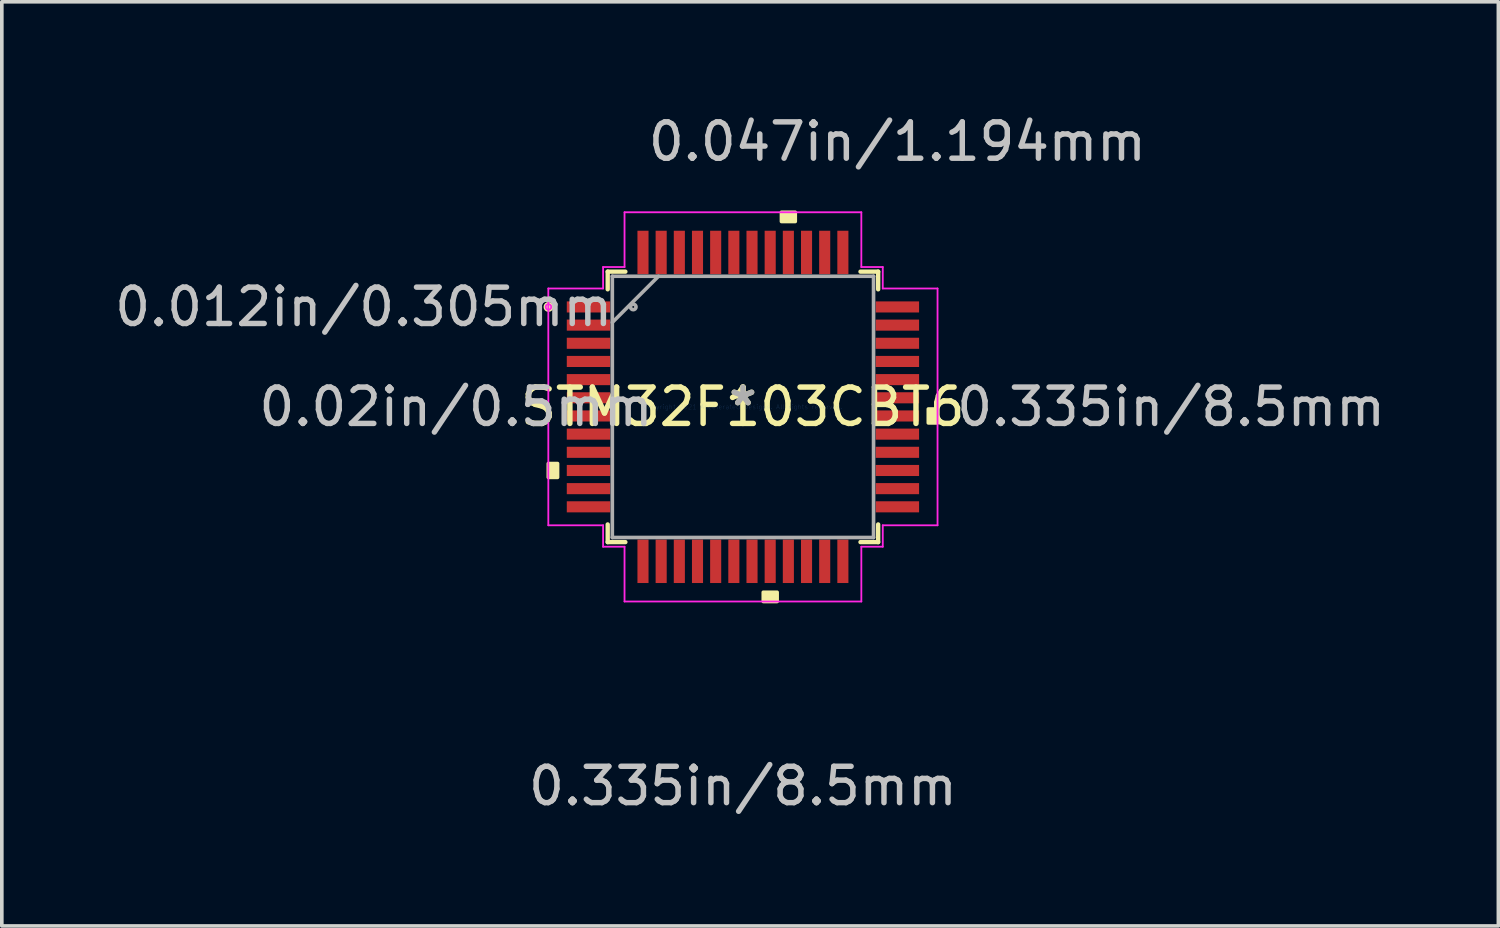
<source format=kicad_pcb>
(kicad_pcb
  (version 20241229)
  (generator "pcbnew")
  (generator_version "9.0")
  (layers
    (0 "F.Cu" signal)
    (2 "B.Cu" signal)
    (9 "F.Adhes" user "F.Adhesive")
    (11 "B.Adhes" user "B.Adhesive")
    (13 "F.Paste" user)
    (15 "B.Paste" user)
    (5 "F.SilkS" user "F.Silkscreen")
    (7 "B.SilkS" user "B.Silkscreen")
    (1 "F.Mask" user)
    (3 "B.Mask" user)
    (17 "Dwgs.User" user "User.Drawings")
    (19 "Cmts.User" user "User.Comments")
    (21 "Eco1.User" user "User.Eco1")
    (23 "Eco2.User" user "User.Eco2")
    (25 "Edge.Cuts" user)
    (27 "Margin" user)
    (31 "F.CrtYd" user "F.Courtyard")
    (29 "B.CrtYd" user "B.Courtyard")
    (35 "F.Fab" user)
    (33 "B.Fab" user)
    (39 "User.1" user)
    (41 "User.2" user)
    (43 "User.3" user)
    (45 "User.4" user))
  (footprint "STM32F103CBT6"
    (layer "F.Cu")
    (at 17.393 8.146)
    (property "Reference" "STM32F103CBT6" (at 0 0 0) (layer "F.SilkS") (effects (font (size 1 1) (thickness 0.15))))
    (attr through_hole)
    (fp_line (start -3.721 -3.721) (end -3.721 -3.235) (stroke (width 0.12) (type solid)) (layer "F.SilkS"))
    (fp_line (start -3.721 3.235) (end -3.721 3.721) (stroke (width 0.12) (type solid)) (layer "F.SilkS"))
    (fp_line (start -3.721 3.721) (end -3.235 3.721) (stroke (width 0.12) (type solid)) (layer "F.SilkS"))
    (fp_line (start -3.235 -3.721) (end -3.721 -3.721) (stroke (width 0.12) (type solid)) (layer "F.SilkS"))
    (fp_line (start 3.235 3.721) (end 3.721 3.721) (stroke (width 0.12) (type solid)) (layer "F.SilkS"))
    (fp_line (start 3.721 -3.721) (end 3.235 -3.721) (stroke (width 0.12) (type solid)) (layer "F.SilkS"))
    (fp_line (start 3.721 -3.235) (end 3.721 -3.721) (stroke (width 0.12) (type solid)) (layer "F.SilkS"))
    (fp_line (start 3.721 3.721) (end 3.721 3.235) (stroke (width 0.12) (type solid)) (layer "F.SilkS"))
    (fp_circle (center -5.351 -2.75) (end -5.275 -2.75) (stroke (width 0.12) (type solid)) (fill no) (layer "F.SilkS"))
    (fp_poly (pts (xy -5.355 1.559) (xy -5.355 1.94) (xy -5.101 1.94) (xy -5.101 1.559)) (stroke (width 0.1) (type solid)) (fill yes) (layer "F.SilkS"))
    (fp_poly (pts (xy 0.56 5.101) (xy 0.56 5.355) (xy 0.941 5.355) (xy 0.941 5.101)) (stroke (width 0.1) (type solid)) (fill yes) (layer "F.SilkS"))
    (fp_poly (pts (xy 1.06 -5.101) (xy 1.06 -5.355) (xy 1.44 -5.355) (xy 1.44 -5.101)) (stroke (width 0.1) (type solid)) (fill yes) (layer "F.SilkS"))
    (fp_poly (pts (xy 5.355 0.059) (xy 5.355 0.441) (xy 5.101 0.441) (xy 5.101 0.059)) (stroke (width 0.1) (type solid)) (fill yes) (layer "F.SilkS"))
    (fp_line (start -5.355 -3.258) (end -3.848 -3.258) (stroke (width 0.05) (type solid)) (layer "F.CrtYd"))
    (fp_line (start -5.355 3.258) (end -5.355 -3.258) (stroke (width 0.05) (type solid)) (layer "F.CrtYd"))
    (fp_line (start -3.848 -3.848) (end -3.258 -3.848) (stroke (width 0.05) (type solid)) (layer "F.CrtYd"))
    (fp_line (start -3.848 -3.258) (end -3.848 -3.848) (stroke (width 0.05) (type solid)) (layer "F.CrtYd"))
    (fp_line (start -3.848 3.258) (end -5.355 3.258) (stroke (width 0.05) (type solid)) (layer "F.CrtYd"))
    (fp_line (start -3.848 3.848) (end -3.848 3.258) (stroke (width 0.05) (type solid)) (layer "F.CrtYd"))
    (fp_line (start -3.258 -5.355) (end 3.258 -5.355) (stroke (width 0.05) (type solid)) (layer "F.CrtYd"))
    (fp_line (start -3.258 -3.848) (end -3.258 -5.355) (stroke (width 0.05) (type solid)) (layer "F.CrtYd"))
    (fp_line (start -3.258 3.848) (end -3.848 3.848) (stroke (width 0.05) (type solid)) (layer "F.CrtYd"))
    (fp_line (start -3.258 5.355) (end -3.258 3.848) (stroke (width 0.05) (type solid)) (layer "F.CrtYd"))
    (fp_line (start 3.258 -5.355) (end 3.258 -3.848) (stroke (width 0.05) (type solid)) (layer "F.CrtYd"))
    (fp_line (start 3.258 -3.848) (end 3.848 -3.848) (stroke (width 0.05) (type solid)) (layer "F.CrtYd"))
    (fp_line (start 3.258 3.848) (end 3.258 5.355) (stroke (width 0.05) (type solid)) (layer "F.CrtYd"))
    (fp_line (start 3.258 5.355) (end -3.258 5.355) (stroke (width 0.05) (type solid)) (layer "F.CrtYd"))
    (fp_line (start 3.848 -3.848) (end 3.848 -3.258) (stroke (width 0.05) (type solid)) (layer "F.CrtYd"))
    (fp_line (start 3.848 -3.258) (end 5.355 -3.258) (stroke (width 0.05) (type solid)) (layer "F.CrtYd"))
    (fp_line (start 3.848 3.258) (end 3.848 3.848) (stroke (width 0.05) (type solid)) (layer "F.CrtYd"))
    (fp_line (start 3.848 3.848) (end 3.258 3.848) (stroke (width 0.05) (type solid)) (layer "F.CrtYd"))
    (fp_line (start 5.355 -3.258) (end 5.355 3.258) (stroke (width 0.05) (type solid)) (layer "F.CrtYd"))
    (fp_line (start 5.355 3.258) (end 3.848 3.258) (stroke (width 0.05) (type solid)) (layer "F.CrtYd"))
    (fp_circle (center -5.351 -2.75) (end -5.275 -2.75) (stroke (width 0.05) (type solid)) (fill no) (layer "F.CrtYd"))
    (fp_line (start -3.594 -3.594) (end -3.594 3.594) (stroke (width 0.1) (type solid)) (layer "F.Fab"))
    (fp_line (start -3.594 -2.324) (end -2.324 -3.594) (stroke (width 0.1) (type solid)) (layer "F.Fab"))
    (fp_line (start -3.594 3.594) (end 3.594 3.594) (stroke (width 0.1) (type solid)) (layer "F.Fab"))
    (fp_line (start 3.594 -3.594) (end -3.594 -3.594) (stroke (width 0.1) (type solid)) (layer "F.Fab"))
    (fp_line (start 3.594 3.594) (end 3.594 -3.594) (stroke (width 0.1) (type solid)) (layer "F.Fab"))
    (fp_circle (center -3.018 -2.75) (end -2.942 -2.75) (stroke (width 0.1) (type solid)) (fill no) (layer "F.Fab"))
    (fp_text user "*" (at 0 0 0) (layer "F.SilkS") (effects (font (size 1 1) (thickness 0.15))))
    (fp_text user "0.047in/1.194mm" (at 4.25 -7.298 0) (layer "Dwgs.User") (effects (font (size 1 1) (thickness 0.15))))
    (fp_text user "0.012in/0.305mm" (at -10.435 -2.75 0) (layer "Dwgs.User") (effects (font (size 1 1) (thickness 0.15))))
    (fp_text user "0.02in/0.5mm" (at -7.895 0 0) (layer "Dwgs.User") (effects (font (size 1 1) (thickness 0.15))))
    (fp_text user "0.335in/8.5mm" (at 11.781 0 0) (layer "Dwgs.User") (effects (font (size 1 1) (thickness 0.15))))
    (fp_text user "0.335in/8.5mm" (at 0 10.435 0) (layer "Dwgs.User") (effects (font (size 1 1) (thickness 0.15))))
    (fp_text user "Copyright 2021 Accelerated Designs. All rights reserved." (at 0 0 0) (layer "Cmts.User") (effects (font (size 0.127 0.127) (thickness 0.002))))
    (fp_text user "*" (at 0 0 0) (layer "F.Fab") (effects (font (size 1 1) (thickness 0.15))))
    (pad "1" smd rect (at -4.25 -2.75) (size 1.194 0.305) (layers "F.Cu" "F.Mask" "F.Paste"))
    (pad "2" smd rect (at -4.25 -2.25) (size 1.194 0.305) (layers "F.Cu" "F.Mask" "F.Paste"))
    (pad "3" smd rect (at -4.25 -1.75) (size 1.194 0.305) (layers "F.Cu" "F.Mask" "F.Paste"))
    (pad "4" smd rect (at -4.25 -1.25) (size 1.194 0.305) (layers "F.Cu" "F.Mask" "F.Paste"))
    (pad "5" smd rect (at -4.25 -0.75) (size 1.194 0.305) (layers "F.Cu" "F.Mask" "F.Paste"))
    (pad "6" smd rect (at -4.25 -0.25) (size 1.194 0.305) (layers "F.Cu" "F.Mask" "F.Paste"))
    (pad "7" smd rect (at -4.25 0.25) (size 1.194 0.305) (layers "F.Cu" "F.Mask" "F.Paste"))
    (pad "8" smd rect (at -4.25 0.75) (size 1.194 0.305) (layers "F.Cu" "F.Mask" "F.Paste"))
    (pad "9" smd rect (at -4.25 1.25) (size 1.194 0.305) (layers "F.Cu" "F.Mask" "F.Paste"))
    (pad "10" smd rect (at -4.25 1.75) (size 1.194 0.305) (layers "F.Cu" "F.Mask" "F.Paste"))
    (pad "11" smd rect (at -4.25 2.25) (size 1.194 0.305) (layers "F.Cu" "F.Mask" "F.Paste"))
    (pad "12" smd rect (at -4.25 2.75) (size 1.194 0.305) (layers "F.Cu" "F.Mask" "F.Paste"))
    (pad "13" smd rect (at -2.75 4.25 90) (size 1.194 0.305) (layers "F.Cu" "F.Mask" "F.Paste"))
    (pad "14" smd rect (at -2.25 4.25 90) (size 1.194 0.305) (layers "F.Cu" "F.Mask" "F.Paste"))
    (pad "15" smd rect (at -1.75 4.25 90) (size 1.194 0.305) (layers "F.Cu" "F.Mask" "F.Paste"))
    (pad "16" smd rect (at -1.25 4.25 90) (size 1.194 0.305) (layers "F.Cu" "F.Mask" "F.Paste"))
    (pad "17" smd rect (at -0.75 4.25 90) (size 1.194 0.305) (layers "F.Cu" "F.Mask" "F.Paste"))
    (pad "18" smd rect (at -0.25 4.25 90) (size 1.194 0.305) (layers "F.Cu" "F.Mask" "F.Paste"))
    (pad "19" smd rect (at 0.25 4.25 90) (size 1.194 0.305) (layers "F.Cu" "F.Mask" "F.Paste"))
    (pad "20" smd rect (at 0.75 4.25 90) (size 1.194 0.305) (layers "F.Cu" "F.Mask" "F.Paste"))
    (pad "21" smd rect (at 1.25 4.25 90) (size 1.194 0.305) (layers "F.Cu" "F.Mask" "F.Paste"))
    (pad "22" smd rect (at 1.75 4.25 90) (size 1.194 0.305) (layers "F.Cu" "F.Mask" "F.Paste"))
    (pad "23" smd rect (at 2.25 4.25 90) (size 1.194 0.305) (layers "F.Cu" "F.Mask" "F.Paste"))
    (pad "24" smd rect (at 2.75 4.25 90) (size 1.194 0.305) (layers "F.Cu" "F.Mask" "F.Paste"))
    (pad "25" smd rect (at 4.25 2.75) (size 1.194 0.305) (layers "F.Cu" "F.Mask" "F.Paste"))
    (pad "26" smd rect (at 4.25 2.25) (size 1.194 0.305) (layers "F.Cu" "F.Mask" "F.Paste"))
    (pad "27" smd rect (at 4.25 1.75) (size 1.194 0.305) (layers "F.Cu" "F.Mask" "F.Paste"))
    (pad "28" smd rect (at 4.25 1.25) (size 1.194 0.305) (layers "F.Cu" "F.Mask" "F.Paste"))
    (pad "29" smd rect (at 4.25 0.75) (size 1.194 0.305) (layers "F.Cu" "F.Mask" "F.Paste"))
    (pad "30" smd rect (at 4.25 0.25) (size 1.194 0.305) (layers "F.Cu" "F.Mask" "F.Paste"))
    (pad "31" smd rect (at 4.25 -0.25) (size 1.194 0.305) (layers "F.Cu" "F.Mask" "F.Paste"))
    (pad "32" smd rect (at 4.25 -0.75) (size 1.194 0.305) (layers "F.Cu" "F.Mask" "F.Paste"))
    (pad "33" smd rect (at 4.25 -1.25) (size 1.194 0.305) (layers "F.Cu" "F.Mask" "F.Paste"))
    (pad "34" smd rect (at 4.25 -1.75) (size 1.194 0.305) (layers "F.Cu" "F.Mask" "F.Paste"))
    (pad "35" smd rect (at 4.25 -2.25) (size 1.194 0.305) (layers "F.Cu" "F.Mask" "F.Paste"))
    (pad "36" smd rect (at 4.25 -2.75) (size 1.194 0.305) (layers "F.Cu" "F.Mask" "F.Paste"))
    (pad "37" smd rect (at 2.75 -4.25 90) (size 1.194 0.305) (layers "F.Cu" "F.Mask" "F.Paste"))
    (pad "38" smd rect (at 2.25 -4.25 90) (size 1.194 0.305) (layers "F.Cu" "F.Mask" "F.Paste"))
    (pad "39" smd rect (at 1.75 -4.25 90) (size 1.194 0.305) (layers "F.Cu" "F.Mask" "F.Paste"))
    (pad "40" smd rect (at 1.25 -4.25 90) (size 1.194 0.305) (layers "F.Cu" "F.Mask" "F.Paste"))
    (pad "41" smd rect (at 0.75 -4.25 90) (size 1.194 0.305) (layers "F.Cu" "F.Mask" "F.Paste"))
    (pad "42" smd rect (at 0.25 -4.25 90) (size 1.194 0.305) (layers "F.Cu" "F.Mask" "F.Paste"))
    (pad "43" smd rect (at -0.25 -4.25 90) (size 1.194 0.305) (layers "F.Cu" "F.Mask" "F.Paste"))
    (pad "44" smd rect (at -0.75 -4.25 90) (size 1.194 0.305) (layers "F.Cu" "F.Mask" "F.Paste"))
    (pad "45" smd rect (at -1.25 -4.25 90) (size 1.194 0.305) (layers "F.Cu" "F.Mask" "F.Paste"))
    (pad "46" smd rect (at -1.75 -4.25 90) (size 1.194 0.305) (layers "F.Cu" "F.Mask" "F.Paste"))
    (pad "47" smd rect (at -2.25 -4.25 90) (size 1.194 0.305) (layers "F.Cu" "F.Mask" "F.Paste"))
    (pad "48" smd rect (at -2.75 -4.25 90) (size 1.194 0.305) (layers "F.Cu" "F.Mask" "F.Paste")))
  (gr_rect
    (start -3 -3)
    (end 38.18 22.429)
    (stroke (width 0.1) (type default))
    (fill no)
    (layer "Edge.Cuts")))
</source>
